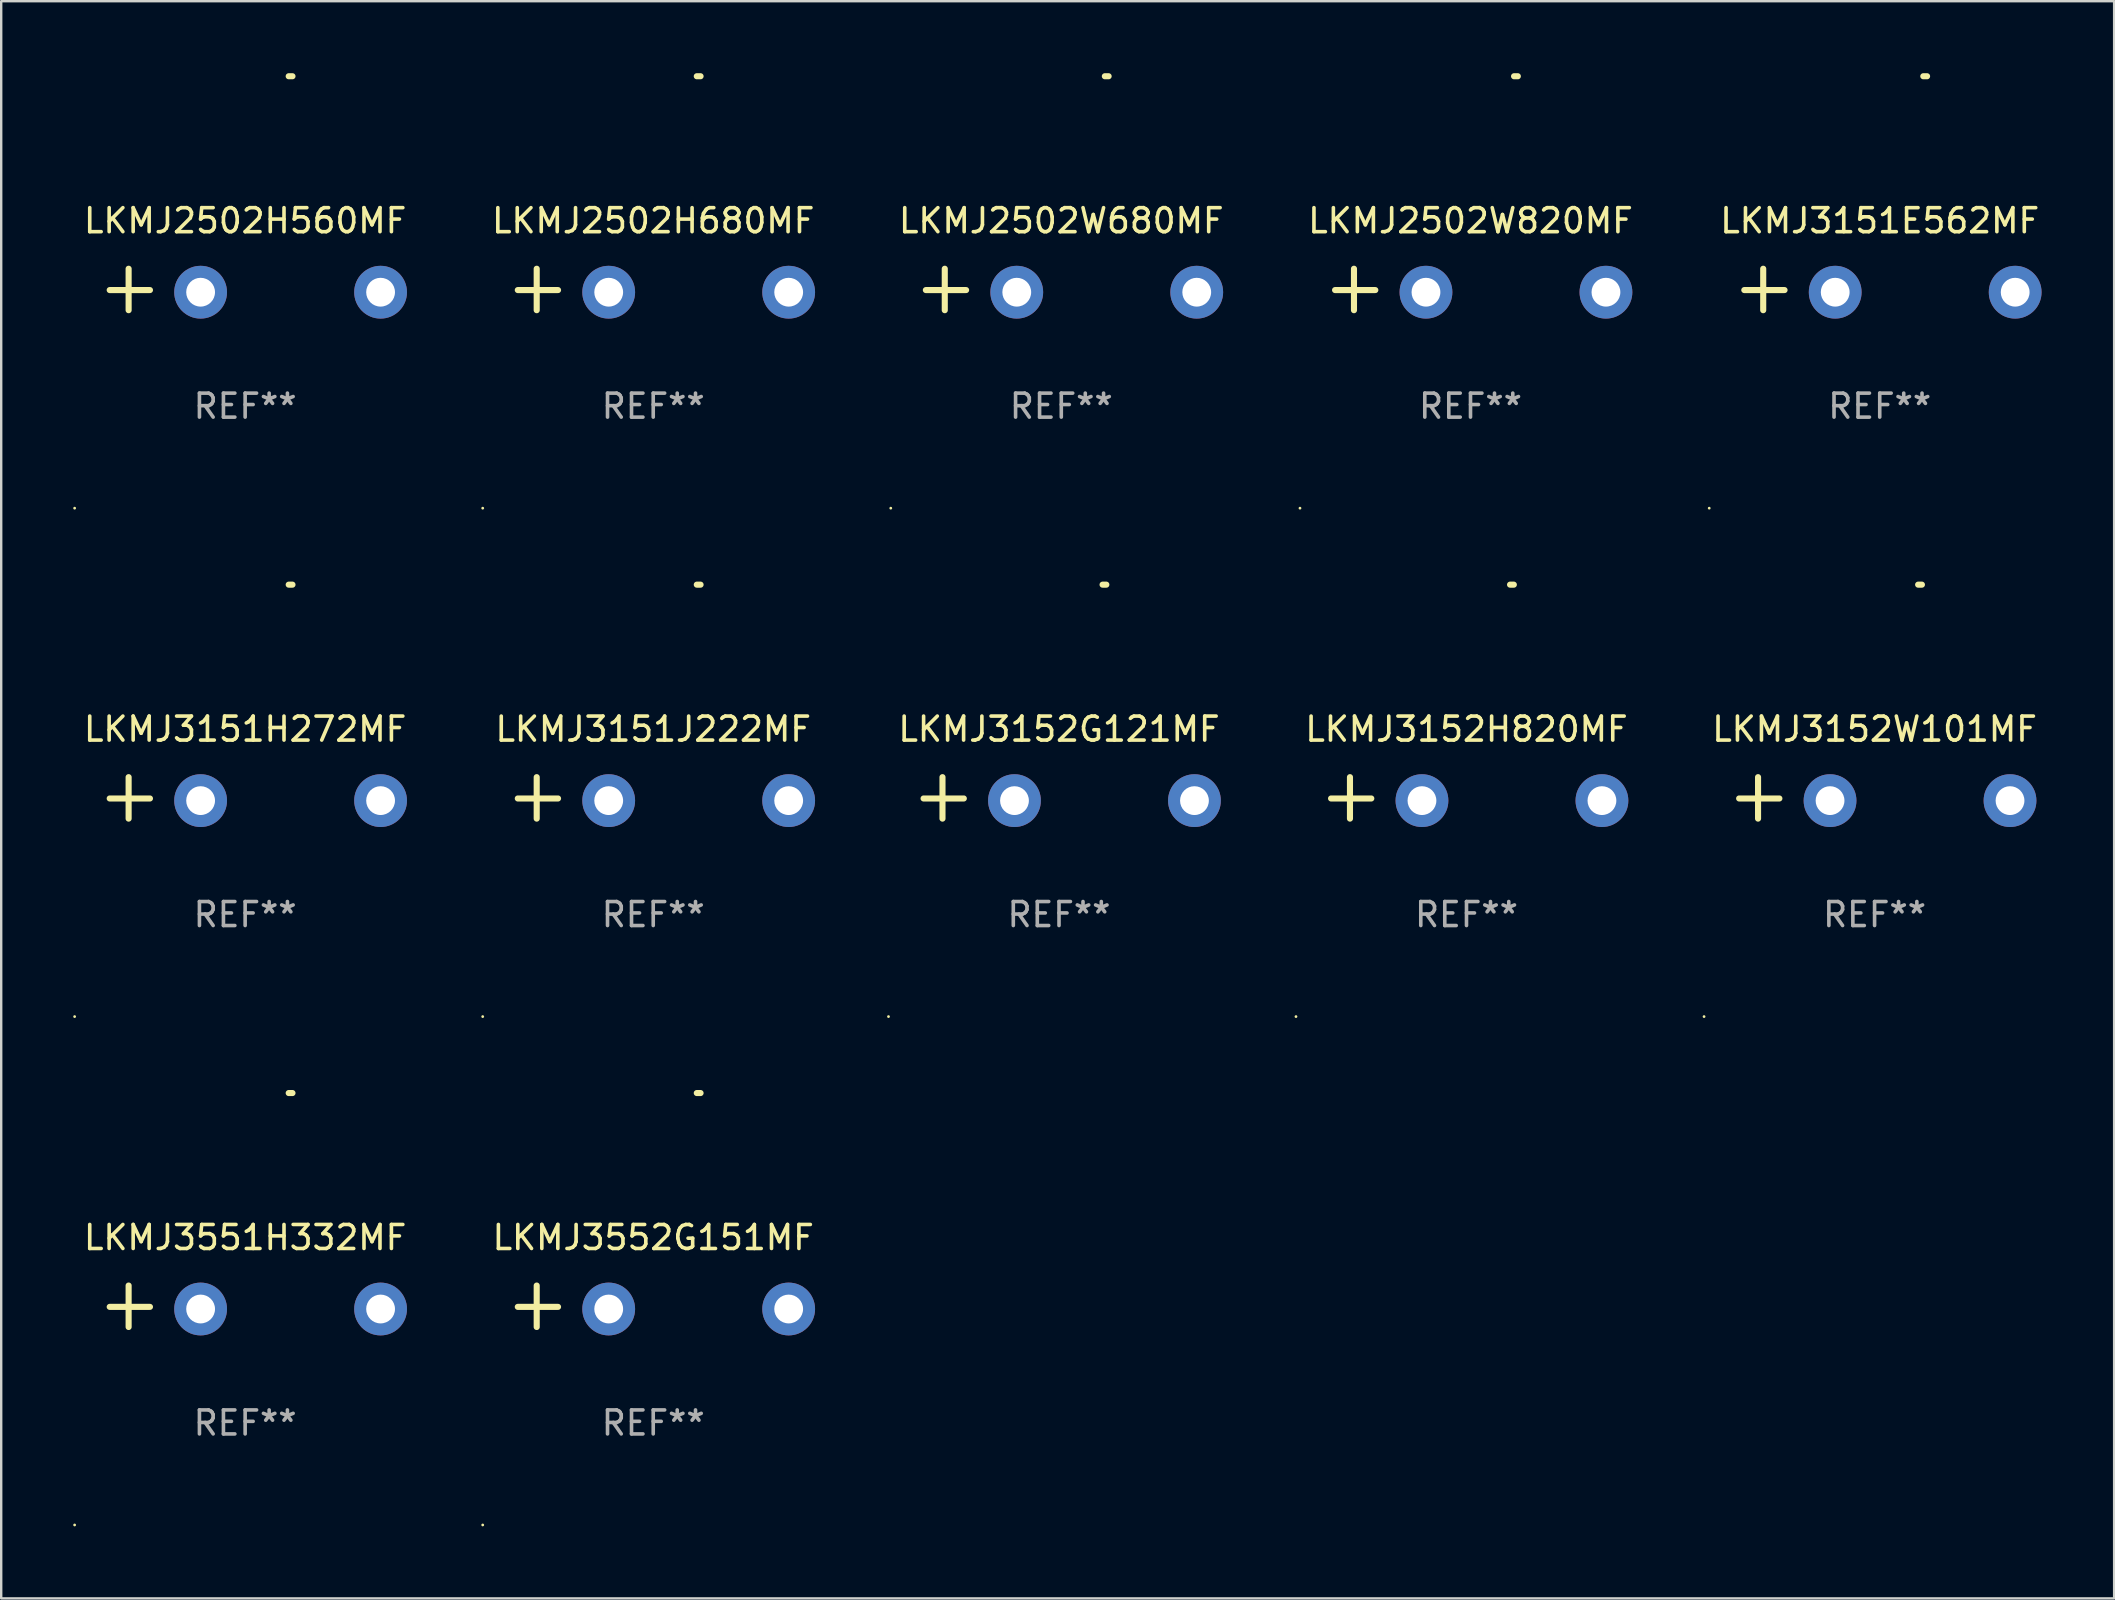
<source format=kicad_pcb>
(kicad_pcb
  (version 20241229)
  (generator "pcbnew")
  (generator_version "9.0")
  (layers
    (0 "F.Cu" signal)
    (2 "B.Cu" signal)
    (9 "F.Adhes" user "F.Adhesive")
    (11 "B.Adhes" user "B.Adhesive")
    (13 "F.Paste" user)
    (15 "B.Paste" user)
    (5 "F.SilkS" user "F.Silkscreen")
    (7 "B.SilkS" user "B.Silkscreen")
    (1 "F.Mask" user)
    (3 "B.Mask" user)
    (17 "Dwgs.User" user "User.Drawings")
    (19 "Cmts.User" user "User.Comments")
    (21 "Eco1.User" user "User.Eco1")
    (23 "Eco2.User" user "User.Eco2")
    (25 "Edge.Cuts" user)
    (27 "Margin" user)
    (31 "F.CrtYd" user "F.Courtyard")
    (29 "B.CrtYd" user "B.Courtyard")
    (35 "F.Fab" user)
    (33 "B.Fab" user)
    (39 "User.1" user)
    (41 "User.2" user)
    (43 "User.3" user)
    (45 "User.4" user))
  (footprint "LKMJ3152W101MF"
    (layer "F.Cu")
    (at 75.069 30.2)
    (property "Reference" "LKMJ3152W101MF" (at 0 -2.864 0) (layer "F.SilkS") (effects (font (size 1 1) (thickness 0.15))))
    (attr through_hole)
    (fp_line (start -4.856 0.864) (end -4.856 -0.864) (stroke (width 0.254) (type solid)) (layer "F.SilkS"))
    (fp_line (start -3.967 0.025) (end -5.644 0.025) (stroke (width 0.254) (type solid)) (layer "F.SilkS"))
    (fp_arc (start 1.815024 -8.885649) (mid 1.893764 -8.88599) (end 1.972504 -8.885649) (stroke (width 0.254001) (type solid)) (layer "F.SilkS"))
    (fp_circle (center -7.106 9.114) (end -7.076 9.114) (stroke (width 0.06) (type solid)) (fill no) (layer "F.SilkS"))
    (fp_text user "REF**" (at 0 4.864 0) (layer "F.Fab") (effects (font (size 1 1) (thickness 0.15))))
    (pad "1" thru_hole circle (at -1.856 0.114) (size 2.2 2.2) (drill 1.2) (layers "*.Cu" "*.Mask"))
    (pad "2" thru_hole circle (at 5.644 0.114) (size 2.2 2.2) (drill 1.2) (layers "*.Cu" "*.Mask")))
  (footprint "LKMJ3152H820MF"
    (layer "F.Cu")
    (at 58.063 30.2)
    (property "Reference" "LKMJ3152H820MF" (at 0 -2.864 0) (layer "F.SilkS") (effects (font (size 1 1) (thickness 0.15))))
    (attr through_hole)
    (fp_line (start -4.856 0.864) (end -4.856 -0.864) (stroke (width 0.254) (type solid)) (layer "F.SilkS"))
    (fp_line (start -3.967 0.025) (end -5.644 0.025) (stroke (width 0.254) (type solid)) (layer "F.SilkS"))
    (fp_arc (start 1.815024 -8.885649) (mid 1.893764 -8.88599) (end 1.972504 -8.885649) (stroke (width 0.254001) (type solid)) (layer "F.SilkS"))
    (fp_circle (center -7.106 9.114) (end -7.076 9.114) (stroke (width 0.06) (type solid)) (fill no) (layer "F.SilkS"))
    (fp_text user "REF**" (at 0 4.864 0) (layer "F.Fab") (effects (font (size 1 1) (thickness 0.15))))
    (pad "1" thru_hole circle (at -1.856 0.114) (size 2.2 2.2) (drill 1.2) (layers "*.Cu" "*.Mask"))
    (pad "2" thru_hole circle (at 5.644 0.114) (size 2.2 2.2) (drill 1.2) (layers "*.Cu" "*.Mask")))
  (footprint "LKMJ3151H272MF"
    (layer "F.Cu")
    (at 7.166 30.2)
    (property "Reference" "LKMJ3151H272MF" (at 0 -2.864 0) (layer "F.SilkS") (effects (font (size 1 1) (thickness 0.15))))
    (attr through_hole)
    (fp_line (start -4.856 0.864) (end -4.856 -0.864) (stroke (width 0.254) (type solid)) (layer "F.SilkS"))
    (fp_line (start -3.967 0.025) (end -5.644 0.025) (stroke (width 0.254) (type solid)) (layer "F.SilkS"))
    (fp_arc (start 1.815024 -8.885649) (mid 1.893764 -8.88599) (end 1.972504 -8.885649) (stroke (width 0.254001) (type solid)) (layer "F.SilkS"))
    (fp_circle (center -7.106 9.114) (end -7.076 9.114) (stroke (width 0.06) (type solid)) (fill no) (layer "F.SilkS"))
    (fp_text user "REF**" (at 0 4.864 0) (layer "F.Fab") (effects (font (size 1 1) (thickness 0.15))))
    (pad "1" thru_hole circle (at -1.856 0.114) (size 2.2 2.2) (drill 1.2) (layers "*.Cu" "*.Mask"))
    (pad "2" thru_hole circle (at 5.644 0.114) (size 2.2 2.2) (drill 1.2) (layers "*.Cu" "*.Mask")))
  (footprint "LKMJ3151J222MF"
    (layer "F.Cu")
    (at 24.172 30.2)
    (property "Reference" "LKMJ3151J222MF" (at 0 -2.864 0) (layer "F.SilkS") (effects (font (size 1 1) (thickness 0.15))))
    (attr through_hole)
    (fp_line (start -4.856 0.864) (end -4.856 -0.864) (stroke (width 0.254) (type solid)) (layer "F.SilkS"))
    (fp_line (start -3.967 0.025) (end -5.644 0.025) (stroke (width 0.254) (type solid)) (layer "F.SilkS"))
    (fp_arc (start 1.815024 -8.885649) (mid 1.893764 -8.88599) (end 1.972504 -8.885649) (stroke (width 0.254001) (type solid)) (layer "F.SilkS"))
    (fp_circle (center -7.106 9.114) (end -7.076 9.114) (stroke (width 0.06) (type solid)) (fill no) (layer "F.SilkS"))
    (fp_text user "REF**" (at 0 4.864 0) (layer "F.Fab") (effects (font (size 1 1) (thickness 0.15))))
    (pad "1" thru_hole circle (at -1.856 0.114) (size 2.2 2.2) (drill 1.2) (layers "*.Cu" "*.Mask"))
    (pad "2" thru_hole circle (at 5.644 0.114) (size 2.2 2.2) (drill 1.2) (layers "*.Cu" "*.Mask")))
  (footprint "LKMJ2502H680MF"
    (layer "F.Cu")
    (at 24.172 9.013)
    (property "Reference" "LKMJ2502H680MF" (at 0 -2.864 0) (layer "F.SilkS") (effects (font (size 1 1) (thickness 0.15))))
    (attr through_hole)
    (fp_line (start -4.856 0.864) (end -4.856 -0.864) (stroke (width 0.254) (type solid)) (layer "F.SilkS"))
    (fp_line (start -3.967 0.025) (end -5.644 0.025) (stroke (width 0.254) (type solid)) (layer "F.SilkS"))
    (fp_arc (start 1.815024 -8.885649) (mid 1.893764 -8.88599) (end 1.972504 -8.885649) (stroke (width 0.254001) (type solid)) (layer "F.SilkS"))
    (fp_circle (center -7.106 9.114) (end -7.076 9.114) (stroke (width 0.06) (type solid)) (fill no) (layer "F.SilkS"))
    (fp_text user "REF**" (at 0 4.864 0) (layer "F.Fab") (effects (font (size 1 1) (thickness 0.15))))
    (pad "1" thru_hole circle (at -1.856 0.114) (size 2.2 2.2) (drill 1.2) (layers "*.Cu" "*.Mask"))
    (pad "2" thru_hole circle (at 5.644 0.114) (size 2.2 2.2) (drill 1.2) (layers "*.Cu" "*.Mask")))
  (footprint "LKMJ2502W820MF"
    (layer "F.Cu")
    (at 58.23 9.013)
    (property "Reference" "LKMJ2502W820MF" (at 0 -2.864 0) (layer "F.SilkS") (effects (font (size 1 1) (thickness 0.15))))
    (attr through_hole)
    (fp_line (start -4.856 0.864) (end -4.856 -0.864) (stroke (width 0.254) (type solid)) (layer "F.SilkS"))
    (fp_line (start -3.967 0.025) (end -5.644 0.025) (stroke (width 0.254) (type solid)) (layer "F.SilkS"))
    (fp_arc (start 1.815024 -8.885649) (mid 1.893764 -8.88599) (end 1.972504 -8.885649) (stroke (width 0.254001) (type solid)) (layer "F.SilkS"))
    (fp_circle (center -7.106 9.114) (end -7.076 9.114) (stroke (width 0.06) (type solid)) (fill no) (layer "F.SilkS"))
    (fp_text user "REF**" (at 0 4.864 0) (layer "F.Fab") (effects (font (size 1 1) (thickness 0.15))))
    (pad "1" thru_hole circle (at -1.856 0.114) (size 2.2 2.2) (drill 1.2) (layers "*.Cu" "*.Mask"))
    (pad "2" thru_hole circle (at 5.644 0.114) (size 2.2 2.2) (drill 1.2) (layers "*.Cu" "*.Mask")))
  (footprint "LKMJ3151E562MF"
    (layer "F.Cu")
    (at 75.284 9.013)
    (property "Reference" "LKMJ3151E562MF" (at 0 -2.864 0) (layer "F.SilkS") (effects (font (size 1 1) (thickness 0.15))))
    (attr through_hole)
    (fp_line (start -4.856 0.864) (end -4.856 -0.864) (stroke (width 0.254) (type solid)) (layer "F.SilkS"))
    (fp_line (start -3.967 0.025) (end -5.644 0.025) (stroke (width 0.254) (type solid)) (layer "F.SilkS"))
    (fp_arc (start 1.815024 -8.885649) (mid 1.893764 -8.88599) (end 1.972504 -8.885649) (stroke (width 0.254001) (type solid)) (layer "F.SilkS"))
    (fp_circle (center -7.106 9.114) (end -7.076 9.114) (stroke (width 0.06) (type solid)) (fill no) (layer "F.SilkS"))
    (fp_text user "REF**" (at 0 4.864 0) (layer "F.Fab") (effects (font (size 1 1) (thickness 0.15))))
    (pad "1" thru_hole circle (at -1.856 0.114) (size 2.2 2.2) (drill 1.2) (layers "*.Cu" "*.Mask"))
    (pad "2" thru_hole circle (at 5.644 0.114) (size 2.2 2.2) (drill 1.2) (layers "*.Cu" "*.Mask")))
  (footprint "LKMJ2502H560MF"
    (layer "F.Cu")
    (at 7.166 9.013)
    (property "Reference" "LKMJ2502H560MF" (at 0 -2.864 0) (layer "F.SilkS") (effects (font (size 1 1) (thickness 0.15))))
    (attr through_hole)
    (fp_line (start -4.856 0.864) (end -4.856 -0.864) (stroke (width 0.254) (type solid)) (layer "F.SilkS"))
    (fp_line (start -3.967 0.025) (end -5.644 0.025) (stroke (width 0.254) (type solid)) (layer "F.SilkS"))
    (fp_arc (start 1.815024 -8.885649) (mid 1.893764 -8.88599) (end 1.972504 -8.885649) (stroke (width 0.254001) (type solid)) (layer "F.SilkS"))
    (fp_circle (center -7.106 9.114) (end -7.076 9.114) (stroke (width 0.06) (type solid)) (fill no) (layer "F.SilkS"))
    (fp_text user "REF**" (at 0 4.864 0) (layer "F.Fab") (effects (font (size 1 1) (thickness 0.15))))
    (pad "1" thru_hole circle (at -1.856 0.114) (size 2.2 2.2) (drill 1.2) (layers "*.Cu" "*.Mask"))
    (pad "2" thru_hole circle (at 5.644 0.114) (size 2.2 2.2) (drill 1.2) (layers "*.Cu" "*.Mask")))
  (footprint "LKMJ3552G151MF"
    (layer "F.Cu")
    (at 24.172 51.386)
    (property "Reference" "LKMJ3552G151MF" (at 0 -2.864 0) (layer "F.SilkS") (effects (font (size 1 1) (thickness 0.15))))
    (attr through_hole)
    (fp_line (start -4.856 0.864) (end -4.856 -0.864) (stroke (width 0.254) (type solid)) (layer "F.SilkS"))
    (fp_line (start -3.967 0.025) (end -5.644 0.025) (stroke (width 0.254) (type solid)) (layer "F.SilkS"))
    (fp_arc (start 1.815024 -8.885649) (mid 1.893764 -8.88599) (end 1.972504 -8.885649) (stroke (width 0.254001) (type solid)) (layer "F.SilkS"))
    (fp_circle (center -7.106 9.114) (end -7.076 9.114) (stroke (width 0.06) (type solid)) (fill no) (layer "F.SilkS"))
    (fp_text user "REF**" (at 0 4.864 0) (layer "F.Fab") (effects (font (size 1 1) (thickness 0.15))))
    (pad "1" thru_hole circle (at -1.856 0.114) (size 2.2 2.2) (drill 1.2) (layers "*.Cu" "*.Mask"))
    (pad "2" thru_hole circle (at 5.644 0.114) (size 2.2 2.2) (drill 1.2) (layers "*.Cu" "*.Mask")))
  (footprint "LKMJ2502W680MF"
    (layer "F.Cu")
    (at 41.177 9.013)
    (property "Reference" "LKMJ2502W680MF" (at 0 -2.864 0) (layer "F.SilkS") (effects (font (size 1 1) (thickness 0.15))))
    (attr through_hole)
    (fp_line (start -4.856 0.864) (end -4.856 -0.864) (stroke (width 0.254) (type solid)) (layer "F.SilkS"))
    (fp_line (start -3.967 0.025) (end -5.644 0.025) (stroke (width 0.254) (type solid)) (layer "F.SilkS"))
    (fp_arc (start 1.815024 -8.885649) (mid 1.893764 -8.88599) (end 1.972504 -8.885649) (stroke (width 0.254001) (type solid)) (layer "F.SilkS"))
    (fp_circle (center -7.106 9.114) (end -7.076 9.114) (stroke (width 0.06) (type solid)) (fill no) (layer "F.SilkS"))
    (fp_text user "REF**" (at 0 4.864 0) (layer "F.Fab") (effects (font (size 1 1) (thickness 0.15))))
    (pad "1" thru_hole circle (at -1.856 0.114) (size 2.2 2.2) (drill 1.2) (layers "*.Cu" "*.Mask"))
    (pad "2" thru_hole circle (at 5.644 0.114) (size 2.2 2.2) (drill 1.2) (layers "*.Cu" "*.Mask")))
  (footprint "LKMJ3152G121MF"
    (layer "F.Cu")
    (at 41.082 30.2)
    (property "Reference" "LKMJ3152G121MF" (at 0 -2.864 0) (layer "F.SilkS") (effects (font (size 1 1) (thickness 0.15))))
    (attr through_hole)
    (fp_line (start -4.856 0.864) (end -4.856 -0.864) (stroke (width 0.254) (type solid)) (layer "F.SilkS"))
    (fp_line (start -3.967 0.025) (end -5.644 0.025) (stroke (width 0.254) (type solid)) (layer "F.SilkS"))
    (fp_arc (start 1.815024 -8.885649) (mid 1.893764 -8.88599) (end 1.972504 -8.885649) (stroke (width 0.254001) (type solid)) (layer "F.SilkS"))
    (fp_circle (center -7.106 9.114) (end -7.076 9.114) (stroke (width 0.06) (type solid)) (fill no) (layer "F.SilkS"))
    (fp_text user "REF**" (at 0 4.864 0) (layer "F.Fab") (effects (font (size 1 1) (thickness 0.15))))
    (pad "1" thru_hole circle (at -1.856 0.114) (size 2.2 2.2) (drill 1.2) (layers "*.Cu" "*.Mask"))
    (pad "2" thru_hole circle (at 5.644 0.114) (size 2.2 2.2) (drill 1.2) (layers "*.Cu" "*.Mask")))
  (footprint "LKMJ3551H332MF"
    (layer "F.Cu")
    (at 7.166 51.386)
    (property "Reference" "LKMJ3551H332MF" (at 0 -2.864 0) (layer "F.SilkS") (effects (font (size 1 1) (thickness 0.15))))
    (attr through_hole)
    (fp_line (start -4.856 0.864) (end -4.856 -0.864) (stroke (width 0.254) (type solid)) (layer "F.SilkS"))
    (fp_line (start -3.967 0.025) (end -5.644 0.025) (stroke (width 0.254) (type solid)) (layer "F.SilkS"))
    (fp_arc (start 1.815024 -8.885649) (mid 1.893764 -8.88599) (end 1.972504 -8.885649) (stroke (width 0.254001) (type solid)) (layer "F.SilkS"))
    (fp_circle (center -7.106 9.114) (end -7.076 9.114) (stroke (width 0.06) (type solid)) (fill no) (layer "F.SilkS"))
    (fp_text user "REF**" (at 0 4.864 0) (layer "F.Fab") (effects (font (size 1 1) (thickness 0.15))))
    (pad "1" thru_hole circle (at -1.856 0.114) (size 2.2 2.2) (drill 1.2) (layers "*.Cu" "*.Mask"))
    (pad "2" thru_hole circle (at 5.644 0.114) (size 2.2 2.2) (drill 1.2) (layers "*.Cu" "*.Mask")))
  (gr_rect
    (start -3 -3)
    (end 85.052 63.56)
    (stroke (width 0.1) (type default))
    (fill no)
    (layer "Edge.Cuts")))
</source>
